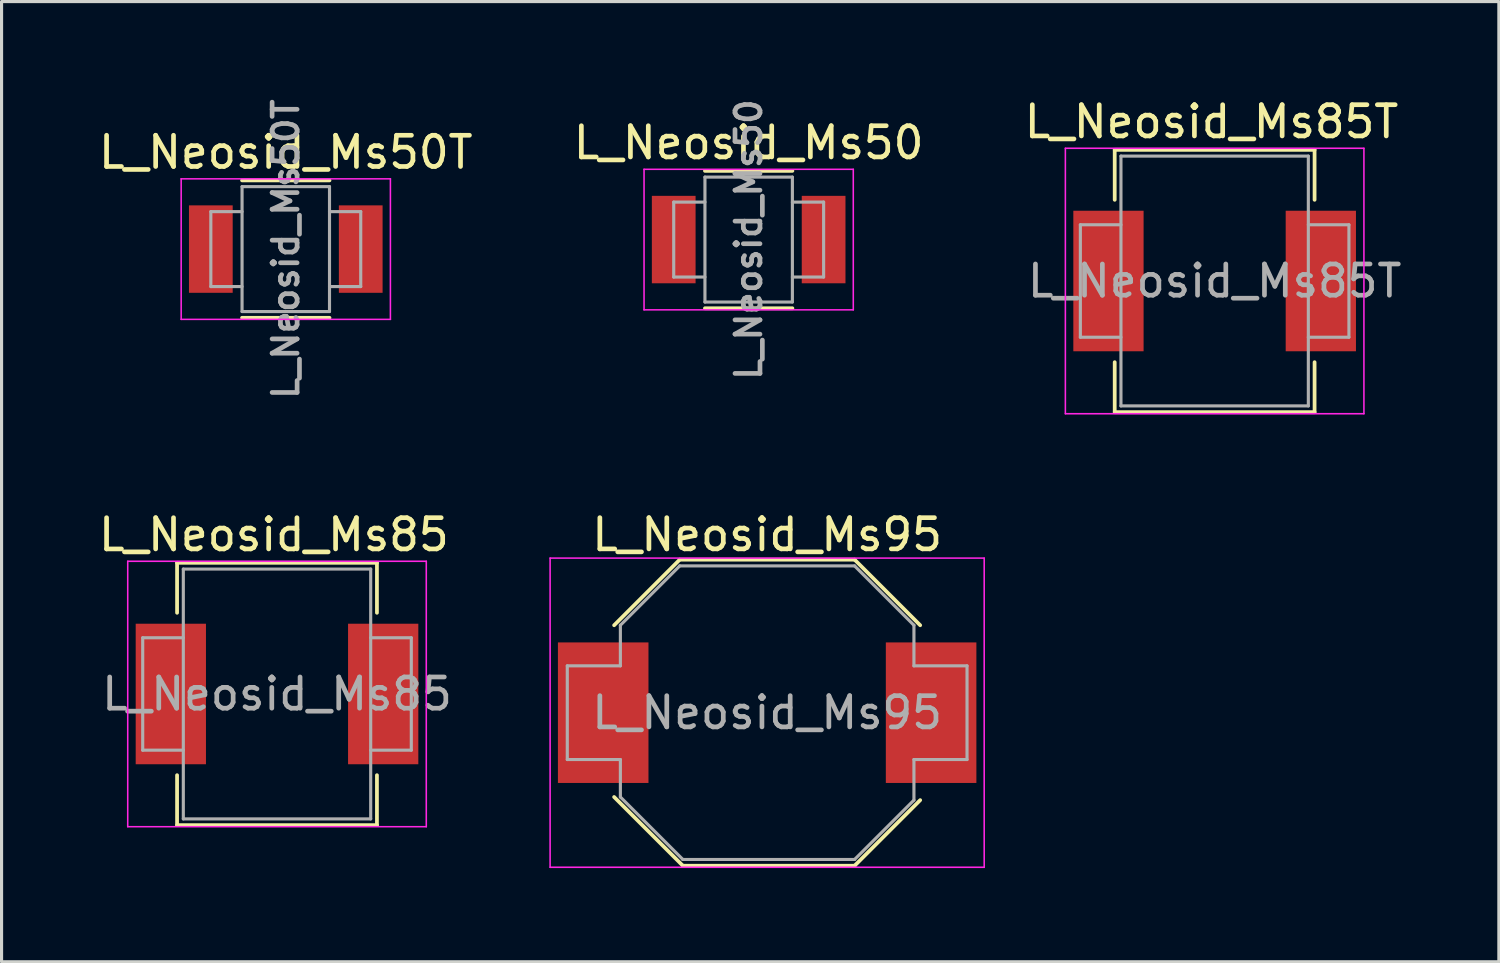
<source format=kicad_pcb>
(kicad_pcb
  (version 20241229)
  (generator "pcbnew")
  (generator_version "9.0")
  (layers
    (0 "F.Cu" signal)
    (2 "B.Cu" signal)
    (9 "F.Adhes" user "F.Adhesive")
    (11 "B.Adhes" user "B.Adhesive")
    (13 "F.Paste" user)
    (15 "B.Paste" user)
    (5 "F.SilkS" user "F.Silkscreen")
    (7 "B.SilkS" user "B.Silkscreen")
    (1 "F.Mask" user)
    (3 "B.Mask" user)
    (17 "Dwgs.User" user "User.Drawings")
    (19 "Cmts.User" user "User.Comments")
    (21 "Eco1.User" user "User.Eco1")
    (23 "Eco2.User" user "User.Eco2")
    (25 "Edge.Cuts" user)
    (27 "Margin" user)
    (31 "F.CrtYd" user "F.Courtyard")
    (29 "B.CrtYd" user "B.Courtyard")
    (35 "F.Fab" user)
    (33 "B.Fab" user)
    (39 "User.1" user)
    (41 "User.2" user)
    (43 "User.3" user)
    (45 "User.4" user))
  (footprint "L_Neosid_Ms85T"
    (layer "F.Cu")
    (at 35.844 5.948)
    (property "Reference" "L_Neosid_Ms85T" (at -0.1 -5.1 0) (layer "F.SilkS") (effects (font (size 1 1) (thickness 0.15))))
    (attr smd)
    (fp_line (start -3.2 -4.2) (end -3.2 -2.6) (stroke (width 0.12) (type solid)) (layer "F.SilkS"))
    (fp_line (start -3.2 2.6) (end -3.2 4.2) (stroke (width 0.12) (type solid)) (layer "F.SilkS"))
    (fp_line (start -3.2 4.2) (end 3.2 4.2) (stroke (width 0.12) (type solid)) (layer "F.SilkS"))
    (fp_line (start 3.2 -4.2) (end -3.2 -4.2) (stroke (width 0.12) (type solid)) (layer "F.SilkS"))
    (fp_line (start 3.2 -2.6) (end 3.2 -4.2) (stroke (width 0.12) (type solid)) (layer "F.SilkS"))
    (fp_line (start 3.2 4.2) (end 3.2 2.6) (stroke (width 0.12) (type solid)) (layer "F.SilkS"))
    (fp_line (start -4.78 -4.25) (end -4.78 4.25) (stroke (width 0.05) (type solid)) (layer "F.CrtYd"))
    (fp_line (start -4.78 -4.25) (end 4.78 -4.25) (stroke (width 0.05) (type solid)) (layer "F.CrtYd"))
    (fp_line (start 4.78 4.25) (end -4.78 4.25) (stroke (width 0.05) (type solid)) (layer "F.CrtYd"))
    (fp_line (start 4.78 4.25) (end 4.78 -4.25) (stroke (width 0.05) (type solid)) (layer "F.CrtYd"))
    (fp_line (start -4.3 -1.8) (end -4.3 1.8) (stroke (width 0.1) (type solid)) (layer "F.Fab"))
    (fp_line (start -4.3 -1.8) (end -3 -1.8) (stroke (width 0.1) (type solid)) (layer "F.Fab"))
    (fp_line (start -4.3 1.8) (end -3 1.8) (stroke (width 0.1) (type solid)) (layer "F.Fab"))
    (fp_line (start -3 -4) (end 3 -4) (stroke (width 0.1) (type solid)) (layer "F.Fab"))
    (fp_line (start -3 4) (end -3 -4) (stroke (width 0.1) (type solid)) (layer "F.Fab"))
    (fp_line (start 3 -4) (end 3 4) (stroke (width 0.1) (type solid)) (layer "F.Fab"))
    (fp_line (start 3 1.8) (end 4.3 1.8) (stroke (width 0.1) (type solid)) (layer "F.Fab"))
    (fp_line (start 3 4) (end -3 4) (stroke (width 0.1) (type solid)) (layer "F.Fab"))
    (fp_line (start 4.3 -1.8) (end 3 -1.8) (stroke (width 0.1) (type solid)) (layer "F.Fab"))
    (fp_line (start 4.3 1.8) (end 4.3 -1.8) (stroke (width 0.1) (type solid)) (layer "F.Fab"))
    (fp_text user "${REFERENCE}" (at 0 0 0) (layer "F.Fab") (effects (font (size 1 1) (thickness 0.15))))
    (pad "1" smd rect (at -3.4 0) (size 2.25 4.5) (layers "F.Cu" "F.Mask" "F.Paste"))
    (pad "2" smd rect (at 3.4 0) (size 2.25 4.5) (layers "F.Cu" "F.Mask" "F.Paste")))
  (footprint "L_Neosid_Ms95"
    (layer "F.Cu")
    (at 21.515 19.771)
    (property "Reference" "L_Neosid_Ms95" (at 0 -5.7 0) (layer "F.SilkS") (effects (font (size 1 1) (thickness 0.15))))
    (attr smd)
    (fp_line (start -4.9 -2.8) (end -2.8 -4.9) (stroke (width 0.12) (type solid)) (layer "F.SilkS"))
    (fp_line (start -2.8 -4.9) (end 2.8 -4.9) (stroke (width 0.12) (type solid)) (layer "F.SilkS"))
    (fp_line (start -2.7 4.9) (end -4.9 2.7) (stroke (width 0.12) (type solid)) (layer "F.SilkS"))
    (fp_line (start -2.7 4.9) (end 2.8 4.9) (stroke (width 0.12) (type solid)) (layer "F.SilkS"))
    (fp_line (start 2.8 -4.9) (end 4.9 -2.8) (stroke (width 0.12) (type solid)) (layer "F.SilkS"))
    (fp_line (start 2.8 4.9) (end 4.9 2.8) (stroke (width 0.12) (type solid)) (layer "F.SilkS"))
    (fp_line (start -6.95 -4.95) (end -6.95 4.95) (stroke (width 0.05) (type solid)) (layer "F.CrtYd"))
    (fp_line (start -6.95 -4.95) (end 6.95 -4.95) (stroke (width 0.05) (type solid)) (layer "F.CrtYd"))
    (fp_line (start 6.95 4.95) (end -6.95 4.95) (stroke (width 0.05) (type solid)) (layer "F.CrtYd"))
    (fp_line (start 6.95 4.95) (end 6.95 -4.95) (stroke (width 0.05) (type solid)) (layer "F.CrtYd"))
    (fp_line (start -6.4 -1.5) (end -6.4 1.5) (stroke (width 0.1) (type solid)) (layer "F.Fab"))
    (fp_line (start -6.4 -1.5) (end -4.7 -1.5) (stroke (width 0.1) (type solid)) (layer "F.Fab"))
    (fp_line (start -6.4 1.5) (end -4.7 1.5) (stroke (width 0.1) (type solid)) (layer "F.Fab"))
    (fp_line (start -4.7 -1.5) (end -4.7 -2.8) (stroke (width 0.1) (type solid)) (layer "F.Fab"))
    (fp_line (start -4.7 1.5) (end -4.7 2.7) (stroke (width 0.1) (type solid)) (layer "F.Fab"))
    (fp_line (start -4.7 2.7) (end -2.7 4.7) (stroke (width 0.1) (type solid)) (layer "F.Fab"))
    (fp_line (start -2.8 -4.7) (end -4.7 -2.8) (stroke (width 0.1) (type solid)) (layer "F.Fab"))
    (fp_line (start 2.8 -4.7) (end -2.8 -4.7) (stroke (width 0.1) (type solid)) (layer "F.Fab"))
    (fp_line (start 2.8 4.7) (end -2.7 4.7) (stroke (width 0.1) (type solid)) (layer "F.Fab"))
    (fp_line (start 4.7 -2.8) (end 2.8 -4.7) (stroke (width 0.1) (type solid)) (layer "F.Fab"))
    (fp_line (start 4.7 -1.5) (end 4.7 -2.8) (stroke (width 0.1) (type solid)) (layer "F.Fab"))
    (fp_line (start 4.7 1.5) (end 6.4 1.5) (stroke (width 0.1) (type solid)) (layer "F.Fab"))
    (fp_line (start 4.7 2.8) (end 2.8 4.7) (stroke (width 0.1) (type solid)) (layer "F.Fab"))
    (fp_line (start 4.7 2.8) (end 4.7 1.5) (stroke (width 0.1) (type solid)) (layer "F.Fab"))
    (fp_line (start 6.4 -1.5) (end 4.7 -1.5) (stroke (width 0.1) (type solid)) (layer "F.Fab"))
    (fp_line (start 6.4 1.5) (end 6.4 -1.5) (stroke (width 0.1) (type solid)) (layer "F.Fab"))
    (fp_text user "${REFERENCE}" (at 0 0 0) (layer "F.Fab") (effects (font (size 1 1) (thickness 0.15))))
    (pad "1" smd rect (at -5.25 0) (size 2.9 4.5) (layers "F.Cu" "F.Mask" "F.Paste"))
    (pad "2" smd rect (at 5.25 0) (size 2.9 4.5) (layers "F.Cu" "F.Mask" "F.Paste")))
  (footprint "L_Neosid_Ms50T"
    (layer "F.Cu")
    (at 6.101 4.926)
    (property "Reference" "L_Neosid_Ms50T" (at 0 -3.1 0) (layer "F.SilkS") (effects (font (size 1 1) (thickness 0.15))))
    (attr smd)
    (fp_line (start -1.4 2.2) (end 1.4 2.2) (stroke (width 0.12) (type solid)) (layer "F.SilkS"))
    (fp_line (start 1.4 -2.2) (end -1.4 -2.2) (stroke (width 0.12) (type solid)) (layer "F.SilkS"))
    (fp_line (start -3.35 -2.25) (end -3.35 2.25) (stroke (width 0.05) (type solid)) (layer "F.CrtYd"))
    (fp_line (start -3.35 -2.25) (end 3.35 -2.25) (stroke (width 0.05) (type solid)) (layer "F.CrtYd"))
    (fp_line (start 3.35 2.25) (end -3.35 2.25) (stroke (width 0.05) (type solid)) (layer "F.CrtYd"))
    (fp_line (start 3.35 2.25) (end 3.35 -2.25) (stroke (width 0.05) (type solid)) (layer "F.CrtYd"))
    (fp_line (start -2.4 -1.2) (end -2.4 1.2) (stroke (width 0.1) (type solid)) (layer "F.Fab"))
    (fp_line (start -2.4 -1.2) (end -1.4 -1.2) (stroke (width 0.1) (type solid)) (layer "F.Fab"))
    (fp_line (start -2.4 1.2) (end -1.4 1.2) (stroke (width 0.1) (type solid)) (layer "F.Fab"))
    (fp_line (start -1.4 -2) (end -1.4 2) (stroke (width 0.1) (type solid)) (layer "F.Fab"))
    (fp_line (start -1.4 2) (end 1.4 2) (stroke (width 0.1) (type solid)) (layer "F.Fab"))
    (fp_line (start 1.4 -2) (end -1.4 -2) (stroke (width 0.1) (type solid)) (layer "F.Fab"))
    (fp_line (start 1.4 1.2) (end 2.4 1.2) (stroke (width 0.1) (type solid)) (layer "F.Fab"))
    (fp_line (start 1.4 2) (end 1.4 -2) (stroke (width 0.1) (type solid)) (layer "F.Fab"))
    (fp_line (start 2.4 -1.2) (end 1.4 -1.2) (stroke (width 0.1) (type solid)) (layer "F.Fab"))
    (fp_line (start 2.4 1.2) (end 2.4 -1.2) (stroke (width 0.1) (type solid)) (layer "F.Fab"))
    (fp_text user "${REFERENCE}" (at 0 0 90) (layer "F.Fab") (effects (font (size 0.8 0.8) (thickness 0.15))))
    (pad "1" smd rect (at -2.4 0) (size 1.4 2.8) (layers "F.Cu" "F.Mask" "F.Paste"))
    (pad "2" smd rect (at 2.4 0) (size 1.4 2.8) (layers "F.Cu" "F.Mask" "F.Paste")))
  (footprint "L_Neosid_Ms50"
    (layer "F.Cu")
    (at 20.923 4.621)
    (property "Reference" "L_Neosid_Ms50" (at 0 -3.1 0) (layer "F.SilkS") (effects (font (size 1 1) (thickness 0.15))))
    (attr smd)
    (fp_line (start -1.4 2.2) (end 1.4 2.2) (stroke (width 0.12) (type solid)) (layer "F.SilkS"))
    (fp_line (start 1.4 -2.2) (end -1.4 -2.2) (stroke (width 0.12) (type solid)) (layer "F.SilkS"))
    (fp_line (start -3.35 -2.25) (end -3.35 2.25) (stroke (width 0.05) (type solid)) (layer "F.CrtYd"))
    (fp_line (start -3.35 -2.25) (end 3.35 -2.25) (stroke (width 0.05) (type solid)) (layer "F.CrtYd"))
    (fp_line (start 3.35 2.25) (end -3.35 2.25) (stroke (width 0.05) (type solid)) (layer "F.CrtYd"))
    (fp_line (start 3.35 2.25) (end 3.35 -2.25) (stroke (width 0.05) (type solid)) (layer "F.CrtYd"))
    (fp_line (start -2.4 -1.2) (end -2.4 1.2) (stroke (width 0.1) (type solid)) (layer "F.Fab"))
    (fp_line (start -2.4 -1.2) (end -1.4 -1.2) (stroke (width 0.1) (type solid)) (layer "F.Fab"))
    (fp_line (start -2.4 1.2) (end -1.4 1.2) (stroke (width 0.1) (type solid)) (layer "F.Fab"))
    (fp_line (start -1.4 -2) (end -1.4 2) (stroke (width 0.1) (type solid)) (layer "F.Fab"))
    (fp_line (start -1.4 2) (end 1.4 2) (stroke (width 0.1) (type solid)) (layer "F.Fab"))
    (fp_line (start 1.4 -2) (end -1.4 -2) (stroke (width 0.1) (type solid)) (layer "F.Fab"))
    (fp_line (start 1.4 1.2) (end 2.4 1.2) (stroke (width 0.1) (type solid)) (layer "F.Fab"))
    (fp_line (start 1.4 2) (end 1.4 -2) (stroke (width 0.1) (type solid)) (layer "F.Fab"))
    (fp_line (start 2.4 -1.2) (end 1.4 -1.2) (stroke (width 0.1) (type solid)) (layer "F.Fab"))
    (fp_line (start 2.4 1.2) (end 2.4 -1.2) (stroke (width 0.1) (type solid)) (layer "F.Fab"))
    (fp_text user "${REFERENCE}" (at 0 0 90) (layer "F.Fab") (effects (font (size 0.8 0.8) (thickness 0.15))))
    (pad "1" smd rect (at -2.4 0) (size 1.4 2.8) (layers "F.Cu" "F.Mask" "F.Paste"))
    (pad "2" smd rect (at 2.4 0) (size 1.4 2.8) (layers "F.Cu" "F.Mask" "F.Paste")))
  (footprint "L_Neosid_Ms85"
    (layer "F.Cu")
    (at 5.82 19.172)
    (property "Reference" "L_Neosid_Ms85" (at -0.1 -5.1 0) (layer "F.SilkS") (effects (font (size 1 1) (thickness 0.15))))
    (attr smd)
    (fp_line (start -3.2 -4.2) (end -3.2 -2.6) (stroke (width 0.12) (type solid)) (layer "F.SilkS"))
    (fp_line (start -3.2 2.6) (end -3.2 4.2) (stroke (width 0.12) (type solid)) (layer "F.SilkS"))
    (fp_line (start -3.2 4.2) (end 3.2 4.2) (stroke (width 0.12) (type solid)) (layer "F.SilkS"))
    (fp_line (start 3.2 -4.2) (end -3.2 -4.2) (stroke (width 0.12) (type solid)) (layer "F.SilkS"))
    (fp_line (start 3.2 -2.6) (end 3.2 -4.2) (stroke (width 0.12) (type solid)) (layer "F.SilkS"))
    (fp_line (start 3.2 4.2) (end 3.2 2.6) (stroke (width 0.12) (type solid)) (layer "F.SilkS"))
    (fp_line (start -4.78 -4.25) (end -4.78 4.25) (stroke (width 0.05) (type solid)) (layer "F.CrtYd"))
    (fp_line (start -4.78 -4.25) (end 4.78 -4.25) (stroke (width 0.05) (type solid)) (layer "F.CrtYd"))
    (fp_line (start 4.78 4.25) (end -4.78 4.25) (stroke (width 0.05) (type solid)) (layer "F.CrtYd"))
    (fp_line (start 4.78 4.25) (end 4.78 -4.25) (stroke (width 0.05) (type solid)) (layer "F.CrtYd"))
    (fp_line (start -4.3 -1.8) (end -4.3 1.8) (stroke (width 0.1) (type solid)) (layer "F.Fab"))
    (fp_line (start -4.3 -1.8) (end -3 -1.8) (stroke (width 0.1) (type solid)) (layer "F.Fab"))
    (fp_line (start -4.3 1.8) (end -3 1.8) (stroke (width 0.1) (type solid)) (layer "F.Fab"))
    (fp_line (start -3 -4) (end 3 -4) (stroke (width 0.1) (type solid)) (layer "F.Fab"))
    (fp_line (start -3 4) (end -3 -4) (stroke (width 0.1) (type solid)) (layer "F.Fab"))
    (fp_line (start 3 -4) (end 3 4) (stroke (width 0.1) (type solid)) (layer "F.Fab"))
    (fp_line (start 3 1.8) (end 4.3 1.8) (stroke (width 0.1) (type solid)) (layer "F.Fab"))
    (fp_line (start 3 4) (end -3 4) (stroke (width 0.1) (type solid)) (layer "F.Fab"))
    (fp_line (start 4.3 -1.8) (end 3 -1.8) (stroke (width 0.1) (type solid)) (layer "F.Fab"))
    (fp_line (start 4.3 1.8) (end 4.3 -1.8) (stroke (width 0.1) (type solid)) (layer "F.Fab"))
    (fp_text user "${REFERENCE}" (at 0 0 0) (layer "F.Fab") (effects (font (size 1 1) (thickness 0.15))))
    (pad "1" smd rect (at -3.4 0) (size 2.25 4.5) (layers "F.Cu" "F.Mask" "F.Paste"))
    (pad "2" smd rect (at 3.4 0) (size 2.25 4.5) (layers "F.Cu" "F.Mask" "F.Paste")))
  (gr_rect
    (start -3 -3)
    (end 44.945 27.747)
    (stroke (width 0.1) (type default))
    (fill no)
    (layer "Edge.Cuts")))
</source>
